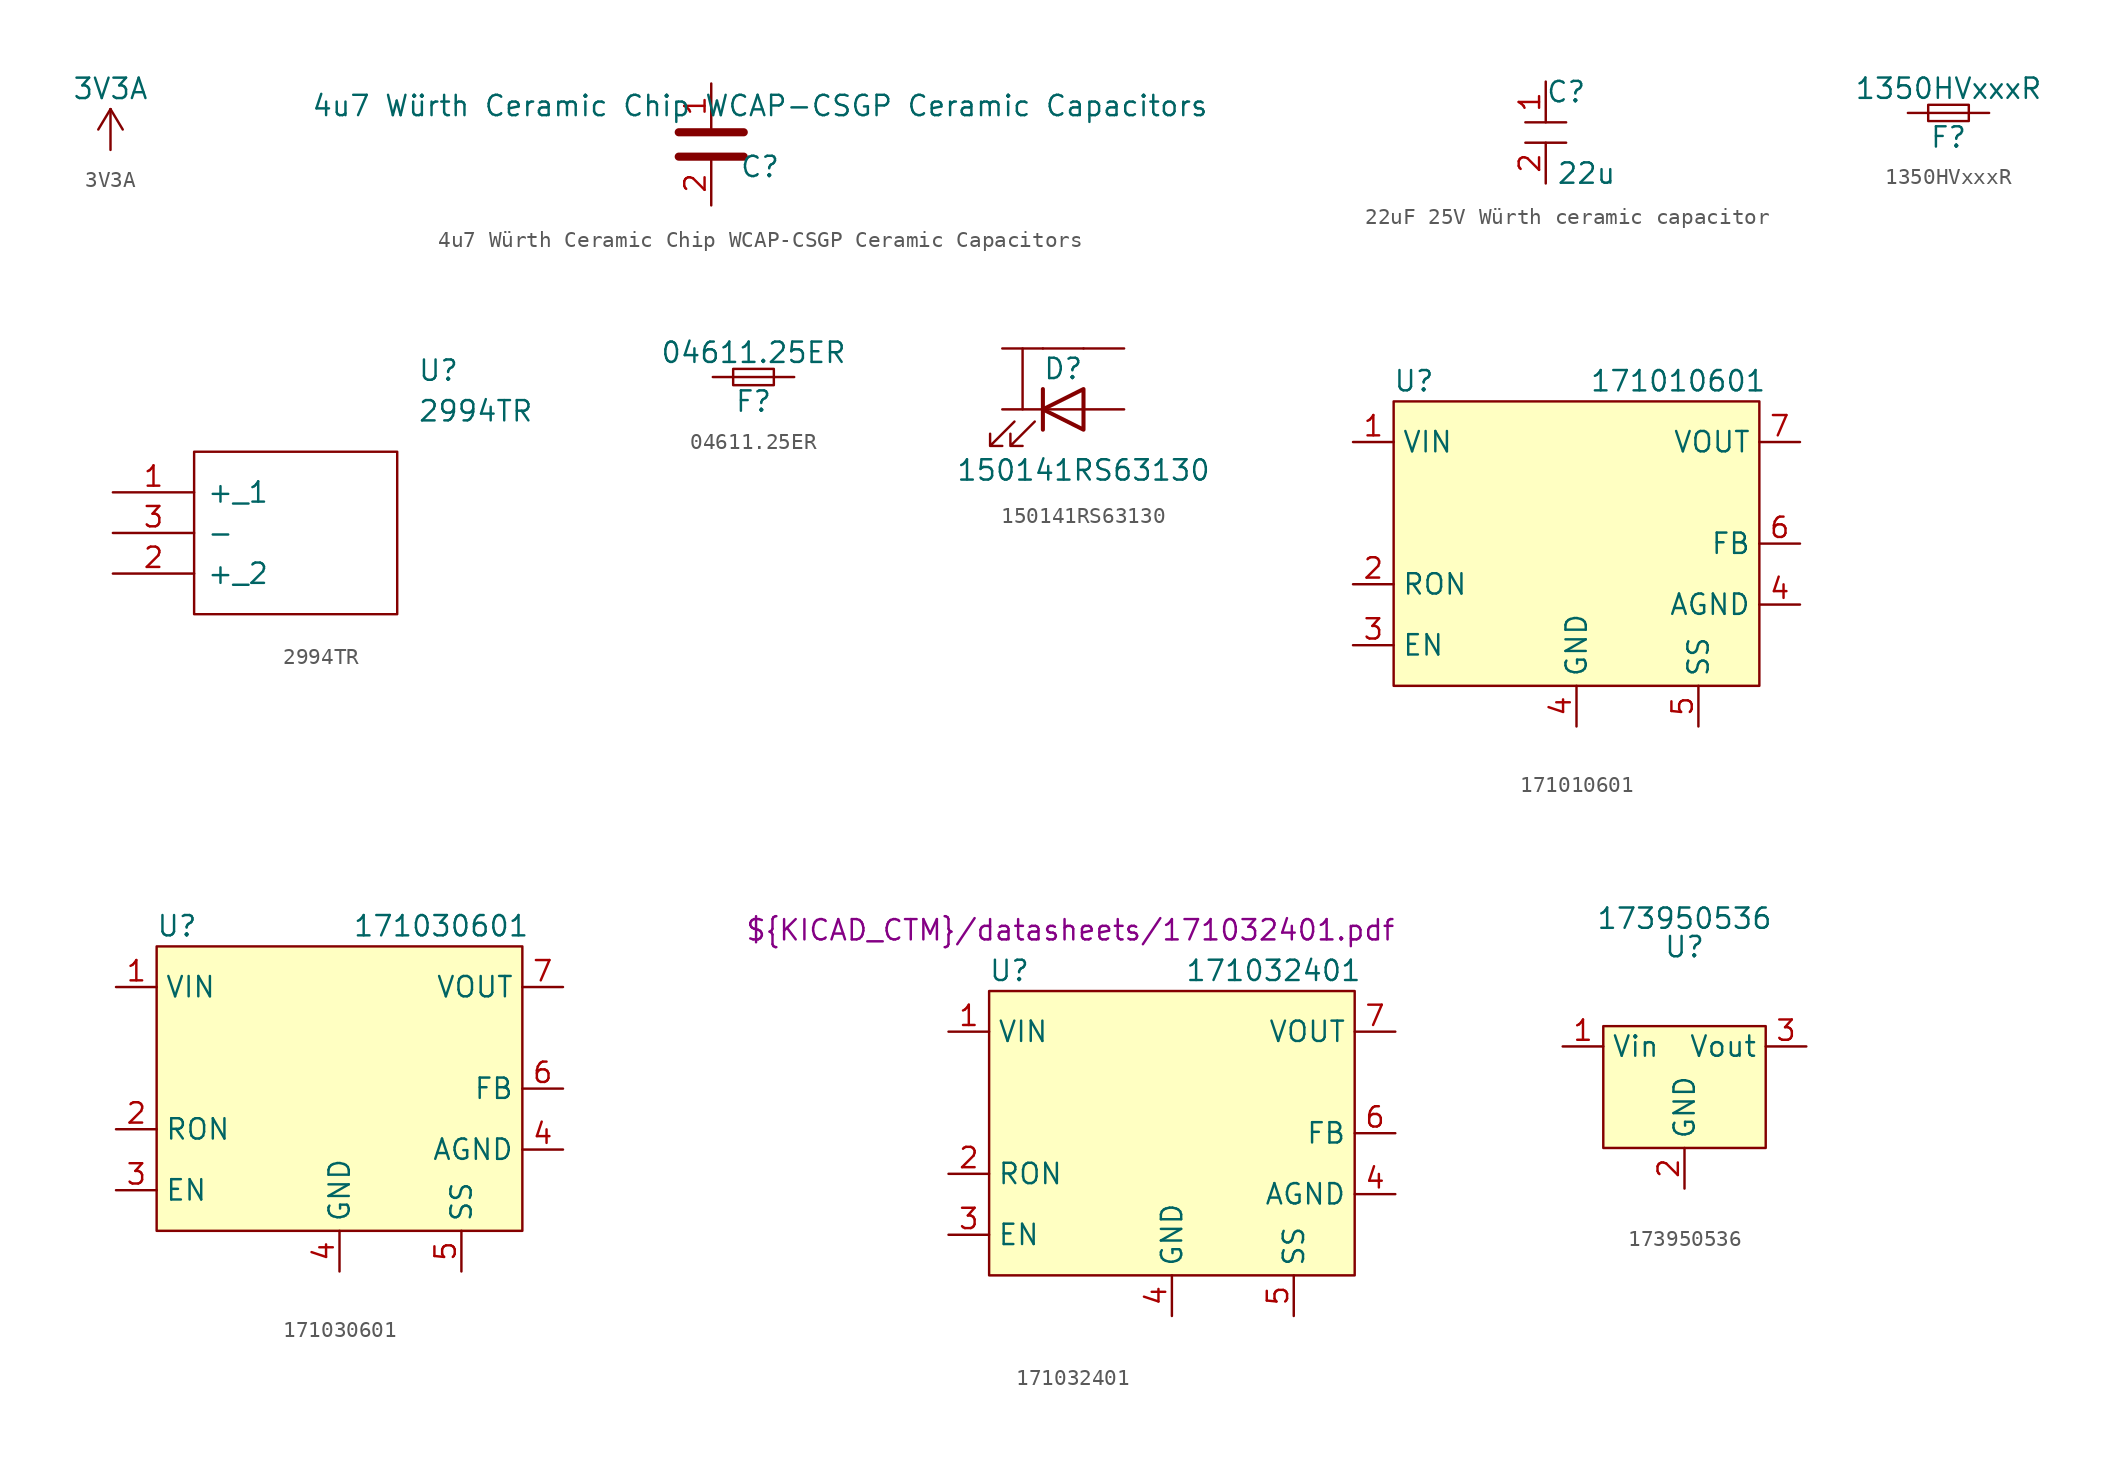
<source format=kicad_sym>
(kicad_symbol_lib
  (version 20231120)
  (generator "kicad_symbol_editor")
  (generator_version "8.0")
  (symbol "3V3A"
    (power)
    (property "Reference" "#PWR"
      (at 0 -2.54 0)
      (effects (font (size 1.27 1.27)) (hide yes)))
    (property "Value" "3V3A"
      (at 0 3.81 0)
      (effects (font (size 1.27 1.27))))
    (symbol "3V3A_0_1"
      (polyline (pts (xy -0.762 1.27) (xy 0 2.54)) (stroke (width 0) (type default)) (fill (type none)))
      (polyline (pts (xy 0 0) (xy 0 2.54)) (stroke (width 0) (type default)) (fill (type none)))
      (polyline (pts (xy 0 2.54) (xy 0.762 1.27)) (stroke (width 0) (type default)) (fill (type none))))
    (symbol "3V3A_1_1"
      (pin power_in line (at 0 0 90) (length 0) hide (name "3V3A" (effects (font (size 1.27 1.27)))) (number "1" (effects (font (size 1.27 1.27)))))))
  (symbol "4u7 Würth Ceramic Chip WCAP-CSGP Ceramic Capacitors"
    (property "Reference" "C"
      (at 3.175 -1.27 0)
      (effects (font (size 1.27 1.27))))
    (property "Value" "4u7 Würth Ceramic Chip WCAP-CSGP Ceramic Capacitors"
      (at 3.175 2.54 0)
      (effects (font (size 1.27 1.27))))
    (symbol "4u7 Würth Ceramic Chip WCAP-CSGP Ceramic Capacitors_0_1"
      (polyline (pts (xy -1.905 -0.635) (xy 2.159 -0.635)) (stroke (width 0.508) (type default)) (fill (type none)))
      (polyline (pts (xy -1.905 0.889) (xy 2.159 0.889)) (stroke (width 0.508) (type default)) (fill (type none))))
    (symbol "4u7 Würth Ceramic Chip WCAP-CSGP Ceramic Capacitors_1_1"
      (pin passive line (at 0.127 3.937 270) (length 2.794) (name "~" (effects (font (size 1.27 1.27)))) (number "1" (effects (font (size 1.27 1.27)))))
      (pin passive line (at 0.127 -3.683 90) (length 2.794) (name "~" (effects (font (size 1.27 1.27)))) (number "2" (effects (font (size 1.27 1.27)))))))
  (symbol "22uF 25V Würth ceramic capacitor"
    (property "Reference" "C"
      (at 1.27 1.895 0)
      (effects (font (size 1.27 1.27))))
    (property "Value" "22u"
      (at 2.54 -3.185 0)
      (effects (font (size 1.27 1.27))))
    (symbol "22uF 25V Würth ceramic capacitor_0_1"
      (polyline (pts (xy -1.27 -1.27) (xy 1.27 -1.27)) (stroke (width 0) (type default)) (fill (type none)))
      (polyline (pts (xy -1.27 0) (xy 1.27 0)) (stroke (width 0) (type default)) (fill (type none))))
    (symbol "22uF 25V Würth ceramic capacitor_1_1"
      (pin passive line (at 0 2.54 270) (length 2.54) (name "" (effects (font (size 1.27 1.27)))) (number "1" (effects (font (size 1.27 1.27)))))
      (pin passive line (at 0 -3.81 90) (length 2.54) (name "" (effects (font (size 1.27 1.27)))) (number "2" (effects (font (size 1.27 1.27)))))))
  (symbol "1350HVxxxR"
    (pin_numbers hide)
    (pin_names
      (offset 0.254) hide)
    (property "Reference" "F"
      (at 0 -1.524 0)
      (effects (font (size 1.27 1.27))))
    (property "Value" "1350HVxxxR"
      (at 0 1.524 0)
      (effects (font (size 1.27 1.27))))
    (symbol "1350HVxxxR_0_1"
      (rectangle (start -1.27 0.508) (end 1.27 -0.508) (stroke (width 0) (type default)) (fill (type none)))
      (polyline (pts (xy -1.27 0) (xy 1.27 0)) (stroke (width 0) (type default)) (fill (type none))))
    (symbol "1350HVxxxR_1_1"
      (pin passive line (at -2.54 0 0) (length 1.27) (name "~" (effects (font (size 1.27 1.27)))) (number "1" (effects (font (size 1.27 1.27)))))
      (pin passive line (at 2.54 0 180) (length 1.27) (name "~" (effects (font (size 1.27 1.27)))) (number "2" (effects (font (size 1.27 1.27)))))))
  (symbol "2994TR"
    (pin_names
      (offset 0.762))
    (property "Reference" "U"
      (at 19.05 7.62 0)
      (effects (font (size 1.27 1.27)) (justify left)))
    (property "Value" "2994TR"
      (at 19.05 5.08 0)
      (effects (font (size 1.27 1.27)) (justify left)))
    (symbol "2994TR_0_0"
      (pin passive line (at 0 0 0) (length 5.08) (name "+_1" (effects (font (size 1.27 1.27)))) (number "1" (effects (font (size 1.27 1.27)))))
      (pin passive line (at 0 -5.08 0) (length 5.08) (name "+_2" (effects (font (size 1.27 1.27)))) (number "2" (effects (font (size 1.27 1.27)))))
      (pin passive line (at 0 -2.54 0) (length 5.08) (name "-" (effects (font (size 1.27 1.27)))) (number "3" (effects (font (size 1.27 1.27))))))
    (symbol "2994TR_0_1"
      (polyline (pts (xy 5.08 2.54) (xy 17.78 2.54) (xy 17.78 -7.62) (xy 5.08 -7.62) (xy 5.08 2.54)) (stroke (width 0.152) (type default)) (fill (type none)))))
  (symbol "04611.25ER"
    (pin_numbers hide)
    (pin_names
      (offset 0.254) hide)
    (property "Reference" "F"
      (at 0 -1.524 0)
      (effects (font (size 1.27 1.27))))
    (property "Value" "04611.25ER"
      (at 0 1.524 0)
      (effects (font (size 1.27 1.27))))
    (symbol "04611.25ER_0_1"
      (rectangle (start -1.27 0.508) (end 1.27 -0.508) (stroke (width 0) (type default)) (fill (type none)))
      (polyline (pts (xy -1.27 0) (xy 1.27 0)) (stroke (width 0) (type default)) (fill (type none))))
    (symbol "04611.25ER_1_1"
      (pin passive line (at -2.54 0 0) (length 1.27) (name "~" (effects (font (size 1.27 1.27)))) (number "1" (effects (font (size 1.27 1.27)))))
      (pin passive line (at 2.54 0 180) (length 1.27) (name "~" (effects (font (size 1.27 1.27)))) (number "2" (effects (font (size 1.27 1.27)))))))
  (symbol "150141RS63130"
    (pin_numbers hide)
    (pin_names
      (offset 1.016) hide)
    (property "Reference" "D"
      (at 0 2.54 0)
      (effects (font (size 1.27 1.27))))
    (property "Value" "150141RS63130"
      (at 1.27 -3.81 0)
      (effects (font (size 1.27 1.27))))
    (symbol "150141RS63130_0_1"
      (polyline (pts (xy -2.54 0) (xy -2.54 3.81)) (stroke (width 0) (type default)) (fill (type none)))
      (polyline (pts (xy -1.27 -1.27) (xy -1.27 1.27)) (stroke (width 0.254) (type default)) (fill (type none)))
      (polyline (pts (xy -1.27 0) (xy 1.27 0)) (stroke (width 0) (type default)) (fill (type none)))
      (polyline (pts (xy 1.27 3.81) (xy -1.27 3.81)) (stroke (width 0) (type default)) (fill (type none)))
      (polyline (pts (xy 1.27 -1.27) (xy 1.27 1.27) (xy -1.27 0) (xy 1.27 -1.27)) (stroke (width 0.254) (type default)) (fill (type none)))
      (polyline (pts (xy -3.048 -0.762) (xy -4.572 -2.286) (xy -3.81 -2.286) (xy -4.572 -2.286) (xy -4.572 -1.524)) (stroke (width 0) (type default)) (fill (type none)))
      (polyline (pts (xy -1.778 -0.762) (xy -3.302 -2.286) (xy -2.54 -2.286) (xy -3.302 -2.286) (xy -3.302 -1.524)) (stroke (width 0) (type default)) (fill (type none))))
    (symbol "150141RS63130_1_1"
      (pin passive line (at 3.81 3.81 180) (length 2.54) (name "~" (effects (font (size 1.27 1.27)))) (number "1" (effects (font (size 1.27 1.27)))))
      (pin passive line (at -3.81 3.81 0) (length 2.54) (name "~" (effects (font (size 1.27 1.27)))) (number "2" (effects (font (size 1.27 1.27)))))
      (pin passive line (at -3.81 0 0) (length 2.54) (name "K" (effects (font (size 1.27 1.27)))) (number "3" (effects (font (size 1.27 1.27)))))
      (pin passive line (at 3.81 0 180) (length 2.54) (name "A" (effects (font (size 1.27 1.27)))) (number "4" (effects (font (size 1.27 1.27)))))))
  (symbol "171010601"
    (property "Reference" "U"
      (at -10.16 8.89 0)
      (effects (font (size 1.27 1.27))))
    (property "Value" "171010601"
      (at 6.35 8.89 0)
      (effects (font (size 1.27 1.27))))
    (symbol "171010601_0_1"
      (rectangle (start -11.43 7.62) (end 11.43 -10.16) (stroke (width 0) (type default)) (fill (type background))))
    (symbol "171010601_1_1"
      (pin input line (at -13.97 5.08 0) (length 2.54) (name "VIN" (effects (font (size 1.27 1.27)))) (number "1" (effects (font (size 1.27 1.27)))))
      (pin input line (at -13.97 -3.81 0) (length 2.54) (name "RON" (effects (font (size 1.27 1.27)))) (number "2" (effects (font (size 1.27 1.27)))))
      (pin input line (at -13.97 -7.62 0) (length 2.54) (name "EN" (effects (font (size 1.27 1.27)))) (number "3" (effects (font (size 1.27 1.27)))))
      (pin input line (at 13.97 -5.08 180) (length 2.54) (name "AGND" (effects (font (size 1.27 1.27)))) (number "4" (effects (font (size 1.27 1.27)))))
      (pin input line (at 0 -12.7 90) (length 2.54) (name "GND" (effects (font (size 1.27 1.27)))) (number "4" (effects (font (size 1.27 1.27)))))
      (pin input line (at 7.62 -12.7 90) (length 2.54) (name "SS" (effects (font (size 1.27 1.27)))) (number "5" (effects (font (size 1.27 1.27)))))
      (pin input line (at 13.97 -1.27 180) (length 2.54) (name "FB" (effects (font (size 1.27 1.27)))) (number "6" (effects (font (size 1.27 1.27)))))
      (pin input line (at 13.97 5.08 180) (length 2.54) (name "VOUT" (effects (font (size 1.27 1.27)))) (number "7" (effects (font (size 1.27 1.27)))))))
  (symbol "171030601"
    (property "Reference" "U"
      (at -10.16 8.89 0)
      (effects (font (size 1.27 1.27))))
    (property "Value" "171030601"
      (at 6.35 8.89 0)
      (effects (font (size 1.27 1.27))))
    (symbol "171030601_0_1"
      (rectangle (start -11.43 7.62) (end 11.43 -10.16) (stroke (width 0) (type default)) (fill (type background))))
    (symbol "171030601_1_1"
      (pin input line (at -13.97 5.08 0) (length 2.54) (name "VIN" (effects (font (size 1.27 1.27)))) (number "1" (effects (font (size 1.27 1.27)))))
      (pin input line (at -13.97 -3.81 0) (length 2.54) (name "RON" (effects (font (size 1.27 1.27)))) (number "2" (effects (font (size 1.27 1.27)))))
      (pin input line (at -13.97 -7.62 0) (length 2.54) (name "EN" (effects (font (size 1.27 1.27)))) (number "3" (effects (font (size 1.27 1.27)))))
      (pin input line (at 13.97 -5.08 180) (length 2.54) (name "AGND" (effects (font (size 1.27 1.27)))) (number "4" (effects (font (size 1.27 1.27)))))
      (pin input line (at 0 -12.7 90) (length 2.54) (name "GND" (effects (font (size 1.27 1.27)))) (number "4" (effects (font (size 1.27 1.27)))))
      (pin input line (at 7.62 -12.7 90) (length 2.54) (name "SS" (effects (font (size 1.27 1.27)))) (number "5" (effects (font (size 1.27 1.27)))))
      (pin input line (at 13.97 -1.27 180) (length 2.54) (name "FB" (effects (font (size 1.27 1.27)))) (number "6" (effects (font (size 1.27 1.27)))))
      (pin input line (at 13.97 5.08 180) (length 2.54) (name "VOUT" (effects (font (size 1.27 1.27)))) (number "7" (effects (font (size 1.27 1.27)))))))
  (symbol "171032401"
    (property "Reference" "U"
      (at -10.16 8.89 0)
      (effects (font (size 1.27 1.27))))
    (property "Value" "171032401"
      (at 6.35 8.89 0)
      (effects (font (size 1.27 1.27))))
    (property "Datasheet" "${KICAD_CTM}/datasheets/171032401.pdf"
      (at -6.35 11.43 0)
      (effects (font (size 1.27 1.27))))
    (symbol "171032401_0_1"
      (rectangle (start -11.43 7.62) (end 11.43 -10.16) (stroke (width 0) (type default)) (fill (type background))))
    (symbol "171032401_1_1"
      (pin input line (at -13.97 5.08 0) (length 2.54) (name "VIN" (effects (font (size 1.27 1.27)))) (number "1" (effects (font (size 1.27 1.27)))))
      (pin input line (at -13.97 -3.81 0) (length 2.54) (name "RON" (effects (font (size 1.27 1.27)))) (number "2" (effects (font (size 1.27 1.27)))))
      (pin input line (at -13.97 -7.62 0) (length 2.54) (name "EN" (effects (font (size 1.27 1.27)))) (number "3" (effects (font (size 1.27 1.27)))))
      (pin input line (at 13.97 -5.08 180) (length 2.54) (name "AGND" (effects (font (size 1.27 1.27)))) (number "4" (effects (font (size 1.27 1.27)))))
      (pin input line (at 0 -12.7 90) (length 2.54) (name "GND" (effects (font (size 1.27 1.27)))) (number "4" (effects (font (size 1.27 1.27)))))
      (pin input line (at 7.62 -12.7 90) (length 2.54) (name "SS" (effects (font (size 1.27 1.27)))) (number "5" (effects (font (size 1.27 1.27)))))
      (pin input line (at 13.97 -1.27 180) (length 2.54) (name "FB" (effects (font (size 1.27 1.27)))) (number "6" (effects (font (size 1.27 1.27)))))
      (pin input line (at 13.97 5.08 180) (length 2.54) (name "VOUT" (effects (font (size 1.27 1.27)))) (number "7" (effects (font (size 1.27 1.27)))))))
  (symbol "173950536"
    (property "Reference" "U"
      (at 0 8.763 0)
      (effects (font (size 1.27 1.27))))
    (property "Value" "173950536"
      (at 0 10.541 0)
      (effects (font (size 1.27 1.27))))
    (symbol "173950536_0_1"
      (rectangle (start -5.08 3.81) (end 5.08 -3.81) (stroke (width 0) (type default)) (fill (type background))))
    (symbol "173950536_1_1"
      (pin passive line (at -7.62 2.54 0) (length 2.54) (name "Vin" (effects (font (size 1.27 1.27)))) (number "1" (effects (font (size 1.27 1.27)))))
      (pin passive line (at 0 -6.35 90) (length 2.54) (name "GND" (effects (font (size 1.27 1.27)))) (number "2" (effects (font (size 1.27 1.27)))))
      (pin passive line (at 7.62 2.54 180) (length 2.54) (name "Vout" (effects (font (size 1.27 1.27)))) (number "3" (effects (font (size 1.27 1.27))))))))
</source>
